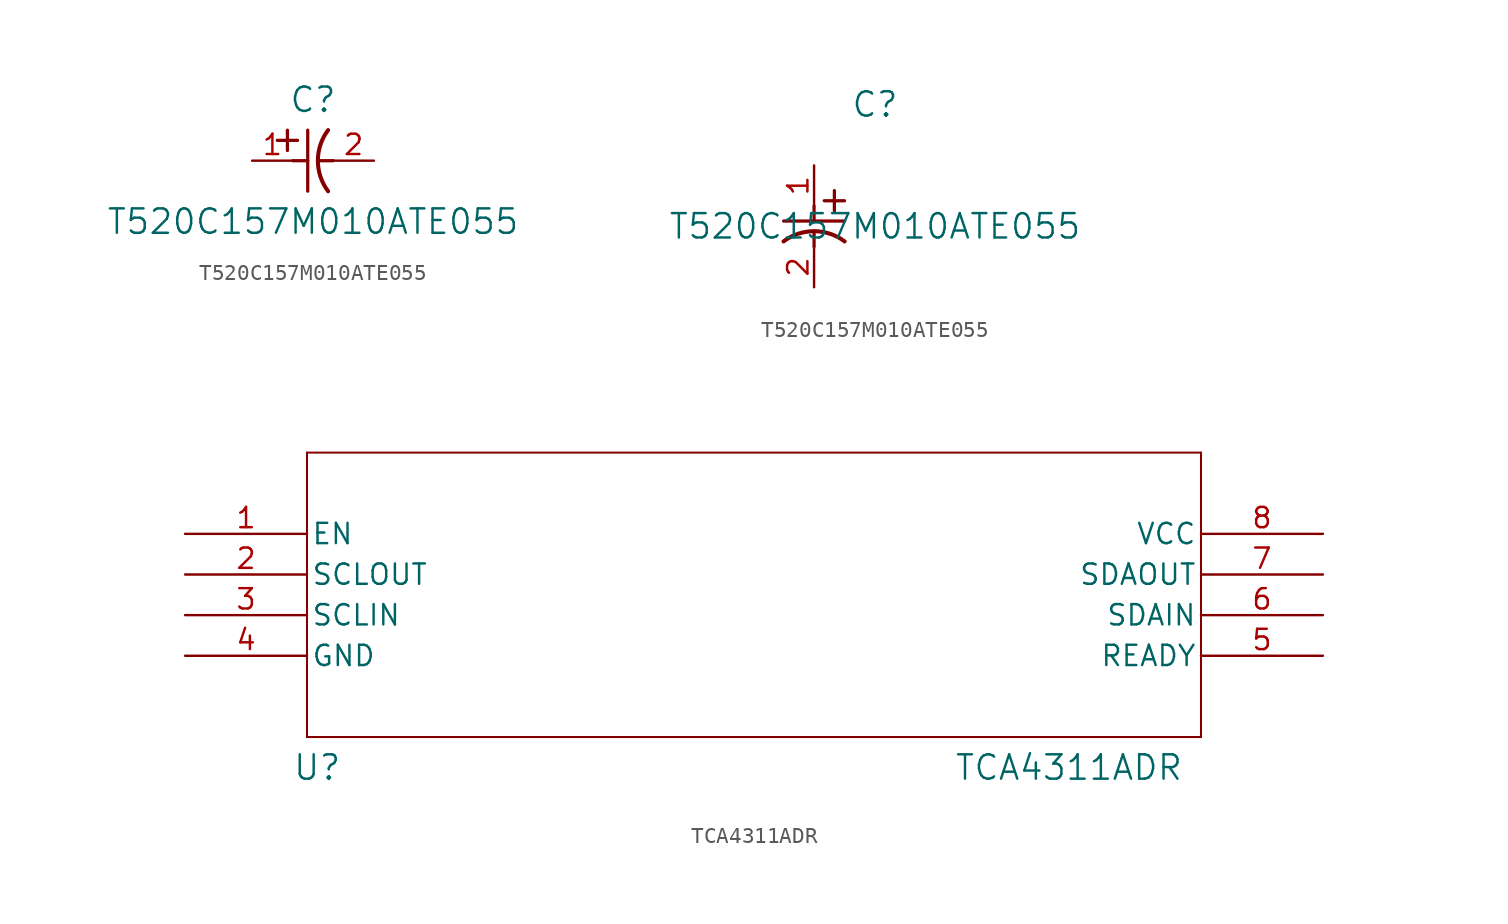
<source format=kicad_sym>
(kicad_symbol_lib
  (version 20241209)
  (generator "kicad_symbol_editor")
  (generator_version "9.0")
  (symbol "T520C157M010ATE055"
    (pin_names
      (offset 0.254))
    (property "Reference" "C"
      (at 3.81 3.81 0)
      (effects (font (size 1.524 1.524))))
    (property "Value" "T520C157M010ATE055"
      (at 3.81 -3.81 0)
      (effects (font (size 1.524 1.524))))
    (property "ki_locked" ""
      (at 0 0 0)
      (effects (font (size 1.27 1.27))))
    (symbol "T520C157M010ATE055_1_1"
      (polyline (pts (xy 1.575 1.27) (xy 2.845 1.27)) (stroke (width 0.203) (type default)) (fill (type none)))
      (polyline (pts (xy 2.21 0.635) (xy 2.21 1.905)) (stroke (width 0.203) (type default)) (fill (type none)))
      (polyline (pts (xy 2.54 0) (xy 3.48 0)) (stroke (width 0.203) (type default)) (fill (type none)))
      (polyline (pts (xy 3.48 -1.905) (xy 3.48 1.905)) (stroke (width 0.203) (type default)) (fill (type none)))
      (polyline (pts (xy 4.115 0) (xy 5.08 0)) (stroke (width 0.203) (type default)) (fill (type none)))
      (arc (start 4.7541 -1.9108) (mid 4.1148 0) (end 4.7541 1.9108) (stroke (width 0.254) (type default)) (fill (type none)))
      (pin unspecified line (at 0 0 0) (length 2.54) (name "" (effects (font (size 1.27 1.27)))) (number "1" (effects (font (size 1.27 1.27)))))
      (pin unspecified line (at 7.62 0 180) (length 2.54) (name "" (effects (font (size 1.27 1.27)))) (number "2" (effects (font (size 1.27 1.27))))))
    (symbol "T520C157M010ATE055_1_2"
      (polyline (pts (xy -1.905 -3.48) (xy 1.905 -3.48)) (stroke (width 0.203) (type default)) (fill (type none)))
      (polyline (pts (xy 0 -2.54) (xy 0 -3.48)) (stroke (width 0.203) (type default)) (fill (type none)))
      (polyline (pts (xy 0 -4.115) (xy 0 -5.08)) (stroke (width 0.203) (type default)) (fill (type none)))
      (arc (start -1.9108 -4.7541) (mid 0 -4.1148) (end 1.9108 -4.7541) (stroke (width 0.254) (type default)) (fill (type none)))
      (polyline (pts (xy 0.635 -2.21) (xy 1.905 -2.21)) (stroke (width 0.203) (type default)) (fill (type none)))
      (polyline (pts (xy 1.27 -1.575) (xy 1.27 -2.845)) (stroke (width 0.203) (type default)) (fill (type none)))
      (pin unspecified line (at 0 0 270) (length 2.54) (name "" (effects (font (size 1.27 1.27)))) (number "1" (effects (font (size 1.27 1.27)))))
      (pin unspecified line (at 0 -7.62 90) (length 2.54) (name "" (effects (font (size 1.27 1.27)))) (number "2" (effects (font (size 1.27 1.27)))))))
  (symbol "TCA4311ADR"
    (pin_names
      (offset 0.254))
    (property "Reference" "U"
      (at 8.255 -14.605 0)
      (effects (font (size 1.524 1.524))))
    (property "Value" "TCA4311ADR"
      (at 55.245 -14.605 0)
      (effects (font (size 1.524 1.524))))
    (property "ki_locked" ""
      (at 0 0 0)
      (effects (font (size 1.27 1.27))))
    (symbol "TCA4311ADR_0_1"
      (polyline (pts (xy 7.62 5.08) (xy 7.62 -12.7)) (stroke (width 0.127) (type default)) (fill (type none)))
      (polyline (pts (xy 7.62 -12.7) (xy 63.5 -12.7)) (stroke (width 0.127) (type default)) (fill (type none)))
      (polyline (pts (xy 63.5 5.08) (xy 7.62 5.08)) (stroke (width 0.127) (type default)) (fill (type none)))
      (polyline (pts (xy 63.5 -12.7) (xy 63.5 5.08)) (stroke (width 0.127) (type default)) (fill (type none)))
      (pin unspecified line (at 0 0 0) (length 7.62) (name "EN" (effects (font (size 1.27 1.27)))) (number "1" (effects (font (size 1.27 1.27)))))
      (pin output line (at 0 -2.54 0) (length 7.62) (name "SCLOUT" (effects (font (size 1.27 1.27)))) (number "2" (effects (font (size 1.27 1.27)))))
      (pin input line (at 0 -5.08 0) (length 7.62) (name "SCLIN" (effects (font (size 1.27 1.27)))) (number "3" (effects (font (size 1.27 1.27)))))
      (pin power_in line (at 0 -7.62 0) (length 7.62) (name "GND" (effects (font (size 1.27 1.27)))) (number "4" (effects (font (size 1.27 1.27)))))
      (pin power_in line (at 71.12 0 180) (length 7.62) (name "VCC" (effects (font (size 1.27 1.27)))) (number "8" (effects (font (size 1.27 1.27)))))
      (pin output line (at 71.12 -2.54 180) (length 7.62) (name "SDAOUT" (effects (font (size 1.27 1.27)))) (number "7" (effects (font (size 1.27 1.27)))))
      (pin input line (at 71.12 -5.08 180) (length 7.62) (name "SDAIN" (effects (font (size 1.27 1.27)))) (number "6" (effects (font (size 1.27 1.27)))))
      (pin unspecified line (at 71.12 -7.62 180) (length 7.62) (name "READY" (effects (font (size 1.27 1.27)))) (number "5" (effects (font (size 1.27 1.27))))))))
</source>
